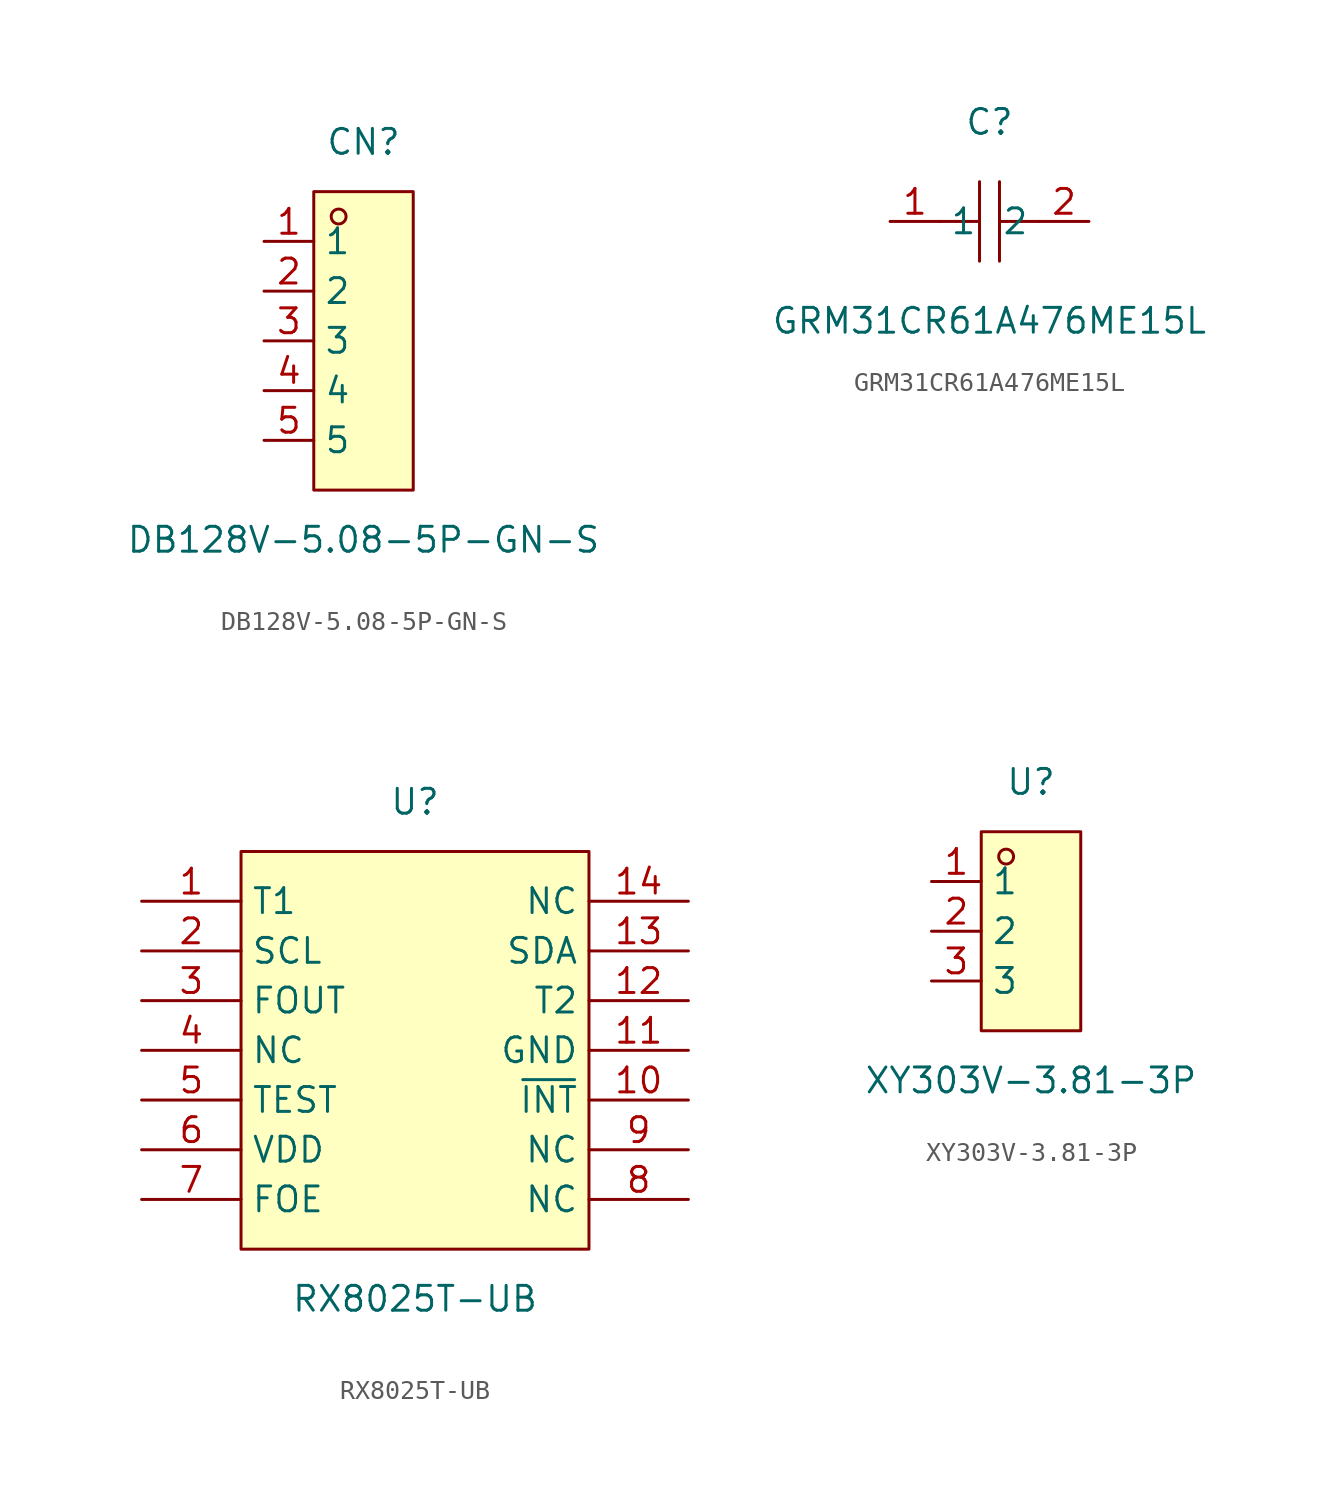
<source format=kicad_sym>
(kicad_symbol_lib
  (version 20211014)
  (generator https://github.com/uPesy/easyeda2kicad.py)
  (symbol "DB128V-5.08-5P-GN-S"
    (property "Reference" "CN"
      (at 0 10.16 0)
      (effects (font (size 1.27 1.27))))
    (property "Value" "DB128V-5.08-5P-GN-S"
      (at 0 -10.16 0)
      (effects (font (size 1.27 1.27))))
    (symbol "DB128V-5.08-5P-GN-S_0_1"
      (rectangle (start -2.54 7.62) (end 2.54 -7.62) (stroke (width 0) (type default) (color 0 0 0 0)) (fill (type background)))
      (circle (center -1.27 6.35) (radius 0.38) (stroke (width 0) (type default) (color 0 0 0 0)) (fill (type none)))
      (pin unspecified line (at -5.08 5.08 0) (length 2.54) (name "1" (effects (font (size 1.27 1.27)))) (number "1" (effects (font (size 1.27 1.27)))))
      (pin unspecified line (at -5.08 2.54 0) (length 2.54) (name "2" (effects (font (size 1.27 1.27)))) (number "2" (effects (font (size 1.27 1.27)))))
      (pin unspecified line (at -5.08 -0.00 0) (length 2.54) (name "3" (effects (font (size 1.27 1.27)))) (number "3" (effects (font (size 1.27 1.27)))))
      (pin unspecified line (at -5.08 -2.54 0) (length 2.54) (name "4" (effects (font (size 1.27 1.27)))) (number "4" (effects (font (size 1.27 1.27)))))
      (pin unspecified line (at -5.08 -5.08 0) (length 2.54) (name "5" (effects (font (size 1.27 1.27)))) (number "5" (effects (font (size 1.27 1.27)))))))
  (symbol "GRM31CR61A476ME15L"
    (property "Reference" "C"
      (at 0 5.08 0)
      (effects (font (size 1.27 1.27))))
    (property "Value" "GRM31CR61A476ME15L"
      (at 0 -5.08 0)
      (effects (font (size 1.27 1.27))))
    (symbol "GRM31CR61A476ME15L_0_1"
      (polyline (pts (xy -0.51 -2.03) (xy -0.51 2.03)) (stroke (width 0) (type default) (color 0 0 0 0)) (fill (type none)))
      (polyline (pts (xy 2.54 -0.00) (xy 0.51 -0.00)) (stroke (width 0) (type default) (color 0 0 0 0)) (fill (type none)))
      (polyline (pts (xy 0.51 2.03) (xy 0.51 -2.03)) (stroke (width 0) (type default) (color 0 0 0 0)) (fill (type none)))
      (polyline (pts (xy -0.51 -0.00) (xy -2.54 -0.00)) (stroke (width 0) (type default) (color 0 0 0 0)) (fill (type none)))
      (pin unspecified line (at -5.08 -0.00 0) (length 2.54) (name "1" (effects (font (size 1.27 1.27)))) (number "1" (effects (font (size 1.27 1.27)))))
      (pin unspecified line (at 5.08 -0.00 180) (length 2.54) (name "2" (effects (font (size 1.27 1.27)))) (number "2" (effects (font (size 1.27 1.27)))))))
  (symbol "RX8025T-UB"
    (property "Reference" "U"
      (at 0 12.70 0)
      (effects (font (size 1.27 1.27))))
    (property "Value" "RX8025T-UB"
      (at 0 -12.70 0)
      (effects (font (size 1.27 1.27))))
    (symbol "RX8025T-UB_0_1"
      (rectangle (start -8.89 10.16) (end 8.89 -10.16) (stroke (width 0) (type default) (color 0 0 0 0)) (fill (type background)))
      (pin unspecified line (at -13.97 7.62 0) (length 5.08) (name "T1" (effects (font (size 1.27 1.27)))) (number "1" (effects (font (size 1.27 1.27)))))
      (pin unspecified line (at -13.97 5.08 0) (length 5.08) (name "SCL" (effects (font (size 1.27 1.27)))) (number "2" (effects (font (size 1.27 1.27)))))
      (pin unspecified line (at -13.97 2.54 0) (length 5.08) (name "FOUT" (effects (font (size 1.27 1.27)))) (number "3" (effects (font (size 1.27 1.27)))))
      (pin unspecified line (at -13.97 -0.00 0) (length 5.08) (name "NC" (effects (font (size 1.27 1.27)))) (number "4" (effects (font (size 1.27 1.27)))))
      (pin unspecified line (at -13.97 -2.54 0) (length 5.08) (name "TEST" (effects (font (size 1.27 1.27)))) (number "5" (effects (font (size 1.27 1.27)))))
      (pin unspecified line (at -13.97 -5.08 0) (length 5.08) (name "VDD" (effects (font (size 1.27 1.27)))) (number "6" (effects (font (size 1.27 1.27)))))
      (pin unspecified line (at -13.97 -7.62 0) (length 5.08) (name "FOE" (effects (font (size 1.27 1.27)))) (number "7" (effects (font (size 1.27 1.27)))))
      (pin unspecified line (at 13.97 -7.62 180) (length 5.08) (name "NC" (effects (font (size 1.27 1.27)))) (number "8" (effects (font (size 1.27 1.27)))))
      (pin unspecified line (at 13.97 -5.08 180) (length 5.08) (name "NC" (effects (font (size 1.27 1.27)))) (number "9" (effects (font (size 1.27 1.27)))))
      (pin unspecified line (at 13.97 -2.54 180) (length 5.08) (name "~{INT}" (effects (font (size 1.27 1.27)))) (number "10" (effects (font (size 1.27 1.27)))))
      (pin unspecified line (at 13.97 -0.00 180) (length 5.08) (name "GND" (effects (font (size 1.27 1.27)))) (number "11" (effects (font (size 1.27 1.27)))))
      (pin unspecified line (at 13.97 2.54 180) (length 5.08) (name "T2" (effects (font (size 1.27 1.27)))) (number "12" (effects (font (size 1.27 1.27)))))
      (pin unspecified line (at 13.97 5.08 180) (length 5.08) (name "SDA" (effects (font (size 1.27 1.27)))) (number "13" (effects (font (size 1.27 1.27)))))
      (pin unspecified line (at 13.97 7.62 180) (length 5.08) (name "NC" (effects (font (size 1.27 1.27)))) (number "14" (effects (font (size 1.27 1.27)))))))
  (symbol "XY303V-3.81-3P"
    (property "Reference" "U"
      (at 0 7.62 0)
      (effects (font (size 1.27 1.27))))
    (property "Value" "XY303V-3.81-3P"
      (at 0 -7.62 0)
      (effects (font (size 1.27 1.27))))
    (symbol "XY303V-3.81-3P_0_1"
      (rectangle (start -2.54 5.08) (end 2.54 -5.08) (stroke (width 0) (type default) (color 0 0 0 0)) (fill (type background)))
      (circle (center -1.27 3.81) (radius 0.38) (stroke (width 0) (type default) (color 0 0 0 0)) (fill (type none)))
      (pin unspecified line (at -5.08 2.54 0) (length 2.54) (name "1" (effects (font (size 1.27 1.27)))) (number "1" (effects (font (size 1.27 1.27)))))
      (pin unspecified line (at -5.08 -0.00 0) (length 2.54) (name "2" (effects (font (size 1.27 1.27)))) (number "2" (effects (font (size 1.27 1.27)))))
      (pin unspecified line (at -5.08 -2.54 0) (length 2.54) (name "3" (effects (font (size 1.27 1.27)))) (number "3" (effects (font (size 1.27 1.27))))))))
</source>
